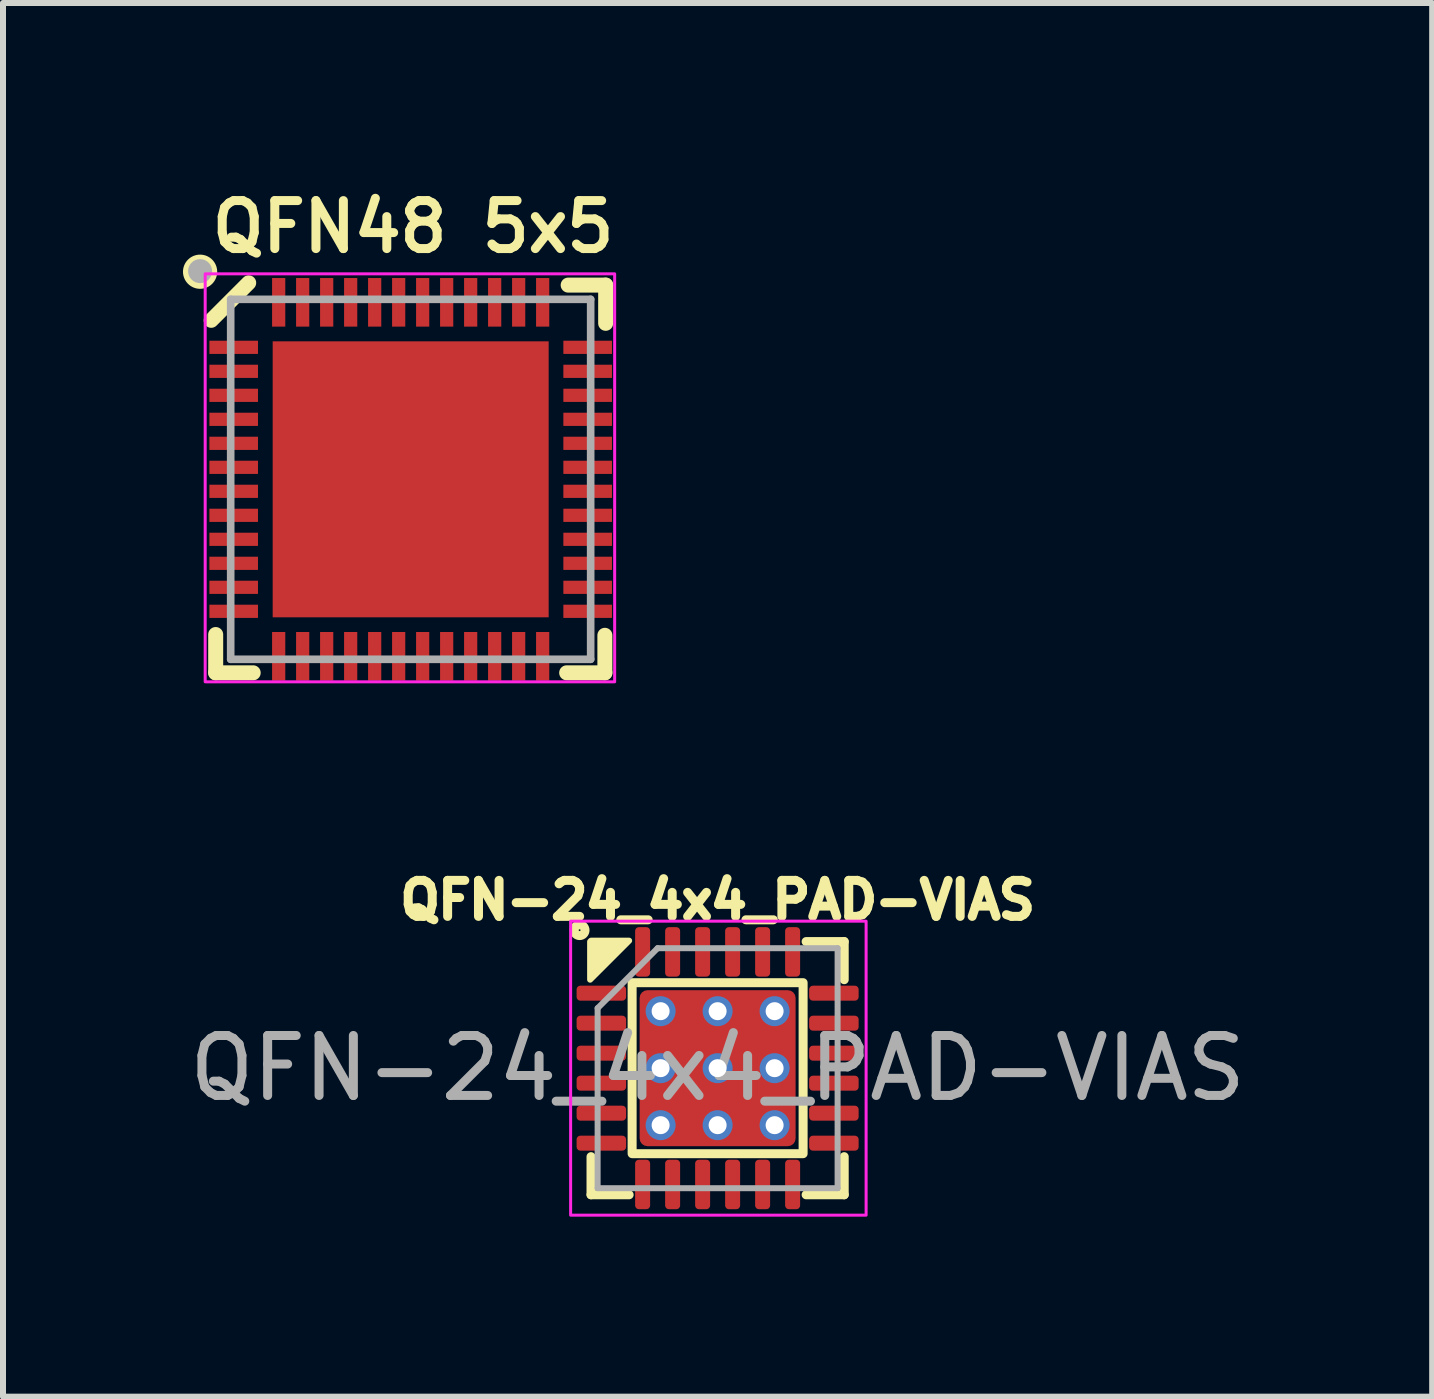
<source format=kicad_pcb>
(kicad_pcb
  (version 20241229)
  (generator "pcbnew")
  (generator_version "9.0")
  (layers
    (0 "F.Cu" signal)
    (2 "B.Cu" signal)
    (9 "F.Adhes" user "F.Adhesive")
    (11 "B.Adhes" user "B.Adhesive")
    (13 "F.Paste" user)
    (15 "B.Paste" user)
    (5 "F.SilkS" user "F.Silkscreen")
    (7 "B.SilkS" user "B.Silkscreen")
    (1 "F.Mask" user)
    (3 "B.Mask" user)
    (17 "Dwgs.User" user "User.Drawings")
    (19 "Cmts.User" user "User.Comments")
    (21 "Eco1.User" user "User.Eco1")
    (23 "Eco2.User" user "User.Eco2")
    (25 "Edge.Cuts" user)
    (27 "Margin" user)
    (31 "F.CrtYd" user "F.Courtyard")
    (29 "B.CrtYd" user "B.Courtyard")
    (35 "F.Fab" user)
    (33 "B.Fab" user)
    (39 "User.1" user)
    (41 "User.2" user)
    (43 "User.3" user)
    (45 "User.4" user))
  (footprint "QFN-24_4x4_PAD-VIAS"
    (layer "F.Cu")
    (at 8.911 14.754)
    (property "Reference" "QFN-24_4x4_PAD-VIAS" (at 0 -2.8 0) (layer "F.SilkS") (effects (font (size 0.6 0.6) (thickness 0.15) (bold yes))))
    (attr smd)
    (fp_line (start -2.11 2.11) (end -2.11 1.475) (stroke (width 0.15) (type solid)) (layer "F.SilkS"))
    (fp_line (start -1.475 2.11) (end -2.11 2.11) (stroke (width 0.15) (type solid)) (layer "F.SilkS"))
    (fp_line (start 1.475 -2.11) (end 2.11 -2.11) (stroke (width 0.15) (type solid)) (layer "F.SilkS"))
    (fp_line (start 1.475 2.11) (end 2.11 2.11) (stroke (width 0.15) (type solid)) (layer "F.SilkS"))
    (fp_line (start 2.11 -2.11) (end 2.11 -1.475) (stroke (width 0.15) (type solid)) (layer "F.SilkS"))
    (fp_line (start 2.11 2.11) (end 2.11 1.475) (stroke (width 0.15) (type solid)) (layer "F.SilkS"))
    (fp_rect (start -1.425 -1.425) (end 1.425 1.425) (stroke (width 0.15) (type solid)) (fill no) (layer "F.SilkS"))
    (fp_circle (center -2.3 -2.3) (end -2.21 -2.3) (stroke (width 0.15) (type default)) (fill no) (layer "F.SilkS"))
    (fp_poly (pts (xy -2.125 -1.475) (xy -2.125 -2.11) (xy -2.11 -2.125) (xy -1.475 -2.125)) (stroke (width 0.1) (type solid)) (fill yes) (layer "F.SilkS"))
    (fp_rect (start -2.45 -2.45) (end 2.475 2.45) (stroke (width 0.05) (type default)) (fill no) (layer "F.CrtYd"))
    (fp_line (start -2 -1) (end -1 -2) (stroke (width 0.1) (type solid)) (layer "F.Fab"))
    (fp_line (start -2 2) (end -2 -1) (stroke (width 0.1) (type solid)) (layer "F.Fab"))
    (fp_line (start -1 -2) (end 2 -2) (stroke (width 0.1) (type solid)) (layer "F.Fab"))
    (fp_line (start 2 -2) (end 2 2) (stroke (width 0.1) (type solid)) (layer "F.Fab"))
    (fp_line (start 2 2) (end -2 2) (stroke (width 0.1) (type solid)) (layer "F.Fab"))
    (fp_text user "${REFERENCE}" (at 0 0 0) (layer "F.Fab") (effects (font (size 1 1) (thickness 0.15))))
    (pad "" smd roundrect (at -0.65 -0.65) (size 1.13 1.13) (layers "F.Paste") (roundrect_rratio 0.221))
    (pad "" smd roundrect (at -0.65 0.65) (size 1.13 1.13) (layers "F.Paste") (roundrect_rratio 0.221))
    (pad "" smd roundrect (at 0.65 -0.65) (size 1.13 1.13) (layers "F.Paste") (roundrect_rratio 0.221))
    (pad "" smd roundrect (at 0.65 0.65) (size 1.13 1.13) (layers "F.Paste") (roundrect_rratio 0.221))
    (pad "1" smd roundrect (at -1.938 -1.25) (size 0.825 0.25) (layers "F.Cu" "F.Mask" "F.Paste") (roundrect_rratio 0.25))
    (pad "2" smd roundrect (at -1.938 -0.75) (size 0.825 0.25) (layers "F.Cu" "F.Mask" "F.Paste") (roundrect_rratio 0.25))
    (pad "3" smd roundrect (at -1.938 -0.25) (size 0.825 0.25) (layers "F.Cu" "F.Mask" "F.Paste") (roundrect_rratio 0.25))
    (pad "4" smd roundrect (at -1.938 0.25) (size 0.825 0.25) (layers "F.Cu" "F.Mask" "F.Paste") (roundrect_rratio 0.25))
    (pad "5" smd roundrect (at -1.938 0.75) (size 0.825 0.25) (layers "F.Cu" "F.Mask" "F.Paste") (roundrect_rratio 0.25))
    (pad "6" smd roundrect (at -1.938 1.25) (size 0.825 0.25) (layers "F.Cu" "F.Mask" "F.Paste") (roundrect_rratio 0.25))
    (pad "7" smd roundrect (at -1.25 1.938) (size 0.25 0.825) (layers "F.Cu" "F.Mask" "F.Paste") (roundrect_rratio 0.25))
    (pad "8" smd roundrect (at -0.75 1.938) (size 0.25 0.825) (layers "F.Cu" "F.Mask" "F.Paste") (roundrect_rratio 0.25))
    (pad "9" smd roundrect (at -0.25 1.938) (size 0.25 0.825) (layers "F.Cu" "F.Mask" "F.Paste") (roundrect_rratio 0.25))
    (pad "10" smd roundrect (at 0.25 1.938) (size 0.25 0.825) (layers "F.Cu" "F.Mask" "F.Paste") (roundrect_rratio 0.25))
    (pad "11" smd roundrect (at 0.75 1.938) (size 0.25 0.825) (layers "F.Cu" "F.Mask" "F.Paste") (roundrect_rratio 0.25))
    (pad "12" smd roundrect (at 1.25 1.938) (size 0.25 0.825) (layers "F.Cu" "F.Mask" "F.Paste") (roundrect_rratio 0.25))
    (pad "13" smd roundrect (at 1.938 1.25) (size 0.825 0.25) (layers "F.Cu" "F.Mask" "F.Paste") (roundrect_rratio 0.25))
    (pad "14" smd roundrect (at 1.938 0.75) (size 0.825 0.25) (layers "F.Cu" "F.Mask" "F.Paste") (roundrect_rratio 0.25))
    (pad "15" smd roundrect (at 1.938 0.25) (size 0.825 0.25) (layers "F.Cu" "F.Mask" "F.Paste") (roundrect_rratio 0.25))
    (pad "16" smd roundrect (at 1.938 -0.25) (size 0.825 0.25) (layers "F.Cu" "F.Mask" "F.Paste") (roundrect_rratio 0.25))
    (pad "17" smd roundrect (at 1.938 -0.75) (size 0.825 0.25) (layers "F.Cu" "F.Mask" "F.Paste") (roundrect_rratio 0.25))
    (pad "18" smd roundrect (at 1.938 -1.25) (size 0.825 0.25) (layers "F.Cu" "F.Mask" "F.Paste") (roundrect_rratio 0.25))
    (pad "19" smd roundrect (at 1.25 -1.938) (size 0.25 0.825) (layers "F.Cu" "F.Mask" "F.Paste") (roundrect_rratio 0.25))
    (pad "20" smd roundrect (at 0.75 -1.938) (size 0.25 0.825) (layers "F.Cu" "F.Mask" "F.Paste") (roundrect_rratio 0.25))
    (pad "21" smd roundrect (at 0.25 -1.938) (size 0.25 0.825) (layers "F.Cu" "F.Mask" "F.Paste") (roundrect_rratio 0.25))
    (pad "22" smd roundrect (at -0.25 -1.938) (size 0.25 0.825) (layers "F.Cu" "F.Mask" "F.Paste") (roundrect_rratio 0.25))
    (pad "23" smd roundrect (at -0.75 -1.938) (size 0.25 0.825) (layers "F.Cu" "F.Mask" "F.Paste") (roundrect_rratio 0.25))
    (pad "24" smd roundrect (at -1.25 -1.938) (size 0.25 0.825) (layers "F.Cu" "F.Mask" "F.Paste") (roundrect_rratio 0.25))
    (pad "25" thru_hole circle (at -0.95 -0.95) (size 0.5 0.5) (drill 0.3) (layers "*.Cu"))
    (pad "25" thru_hole circle (at -0.95 0) (size 0.5 0.5) (drill 0.3) (layers "*.Cu"))
    (pad "25" thru_hole circle (at -0.95 0.95) (size 0.5 0.5) (drill 0.3) (layers "*.Cu"))
    (pad "25" thru_hole circle (at 0 -0.95) (size 0.5 0.5) (drill 0.3) (layers "*.Cu"))
    (pad "25" thru_hole circle (at 0 0) (size 0.5 0.5) (drill 0.3) (layers "*.Cu"))
    (pad "25" smd roundrect (at 0 0) (size 2.6 2.6) (layers "F.Cu" "F.Mask") (roundrect_rratio 0.05))
    (pad "25" thru_hole circle (at 0 0.95) (size 0.5 0.5) (drill 0.3) (layers "*.Cu"))
    (pad "25" thru_hole circle (at 0.95 -0.95) (size 0.5 0.5) (drill 0.3) (layers "*.Cu"))
    (pad "25" thru_hole circle (at 0.95 0) (size 0.5 0.5) (drill 0.3) (layers "*.Cu"))
    (pad "25" thru_hole circle (at 0.95 0.95) (size 0.5 0.5) (drill 0.3) (layers "*.Cu")))
  (footprint "QFN48 5x5"
    (layer "F.Cu")
    (at 3.795 4.939)
    (property "Reference" "QFN48 5x5" (at 0.04 -4.208 0) (layer "F.SilkS") (effects (font (size 0.8 0.8) (thickness 0.15))))
    (attr smd)
    (fp_line (start -3.25 2.587) (end -3.25 3.225) (stroke (width 0.25) (type solid)) (layer "F.SilkS"))
    (fp_line (start -3.25 3.225) (end -2.625 3.225) (stroke (width 0.25) (type solid)) (layer "F.SilkS"))
    (fp_line (start -2.7 -3.275) (end -3.325 -2.65) (stroke (width 0.25) (type solid)) (layer "F.SilkS"))
    (fp_line (start 2.6 3.225) (end 3.237 3.225) (stroke (width 0.25) (type solid)) (layer "F.SilkS"))
    (fp_line (start 3.237 3.225) (end 3.237 2.6) (stroke (width 0.25) (type solid)) (layer "F.SilkS"))
    (fp_line (start 3.25 -3.237) (end 2.625 -3.237) (stroke (width 0.25) (type solid)) (layer "F.SilkS"))
    (fp_line (start 3.25 -2.6) (end 3.25 -3.237) (stroke (width 0.25) (type solid)) (layer "F.SilkS"))
    (fp_circle (center -3.51 -3.46) (end -3.325 -3.46) (stroke (width 0.2) (type solid)) (fill yes) (layer "F.SilkS"))
    (fp_poly (pts (xy -1.965 -1.965) (xy -0.335 -1.965) (xy -0.335 -0.335) (xy -1.965 -0.335)) (stroke (width 0.01) (type solid)) (fill yes) (layer "F.Paste"))
    (fp_poly (pts (xy -1.965 0.335) (xy -0.335 0.335) (xy -0.335 1.965) (xy -1.965 1.965)) (stroke (width 0.01) (type solid)) (fill yes) (layer "F.Paste"))
    (fp_poly (pts (xy 0.335 -1.965) (xy 1.965 -1.965) (xy 1.965 -0.335) (xy 0.335 -0.335)) (stroke (width 0.01) (type solid)) (fill yes) (layer "F.Paste"))
    (fp_poly (pts (xy 0.335 0.335) (xy 1.965 0.335) (xy 1.965 1.965) (xy 0.335 1.965)) (stroke (width 0.01) (type solid)) (fill yes) (layer "F.Paste"))
    (fp_rect (start -3.425 -3.425) (end 3.4 3.375) (stroke (width 0.05) (type solid)) (fill no) (layer "F.CrtYd"))
    (fp_line (start -3 -3) (end -3 3) (stroke (width 0.127) (type solid)) (layer "F.Fab"))
    (fp_line (start -3 3) (end 3 3) (stroke (width 0.127) (type solid)) (layer "F.Fab"))
    (fp_line (start 3 -3) (end -3 -3) (stroke (width 0.127) (type solid)) (layer "F.Fab"))
    (fp_line (start 3 3) (end 3 -3) (stroke (width 0.127) (type solid)) (layer "F.Fab"))
    (fp_circle (center -3.51 -3.47) (end -3.41 -3.47) (stroke (width 0.2) (type solid)) (fill no) (layer "F.Fab"))
    (pad "1" smd rect (at -2.95 -2.2) (size 0.81 0.22) (layers "F.Cu" "F.Mask" "F.Paste"))
    (pad "2" smd rect (at -2.95 -1.8) (size 0.81 0.22) (layers "F.Cu" "F.Mask" "F.Paste"))
    (pad "3" smd rect (at -2.95 -1.4) (size 0.81 0.22) (layers "F.Cu" "F.Mask" "F.Paste"))
    (pad "4" smd rect (at -2.95 -1) (size 0.81 0.22) (layers "F.Cu" "F.Mask" "F.Paste"))
    (pad "5" smd rect (at -2.95 -0.6) (size 0.81 0.22) (layers "F.Cu" "F.Mask" "F.Paste"))
    (pad "6" smd rect (at -2.95 -0.2) (size 0.81 0.22) (layers "F.Cu" "F.Mask" "F.Paste"))
    (pad "7" smd rect (at -2.95 0.2) (size 0.81 0.22) (layers "F.Cu" "F.Mask" "F.Paste"))
    (pad "8" smd rect (at -2.95 0.6) (size 0.81 0.22) (layers "F.Cu" "F.Mask" "F.Paste"))
    (pad "9" smd rect (at -2.95 1) (size 0.81 0.22) (layers "F.Cu" "F.Mask" "F.Paste"))
    (pad "10" smd rect (at -2.95 1.4) (size 0.81 0.22) (layers "F.Cu" "F.Mask" "F.Paste"))
    (pad "11" smd rect (at -2.95 1.8) (size 0.81 0.22) (layers "F.Cu" "F.Mask" "F.Paste"))
    (pad "12" smd rect (at -2.95 2.2) (size 0.81 0.22) (layers "F.Cu" "F.Mask" "F.Paste"))
    (pad "13" smd rect (at -2.2 2.95) (size 0.22 0.81) (layers "F.Cu" "F.Mask" "F.Paste"))
    (pad "14" smd rect (at -1.8 2.95) (size 0.22 0.81) (layers "F.Cu" "F.Mask" "F.Paste"))
    (pad "15" smd rect (at -1.4 2.95) (size 0.22 0.81) (layers "F.Cu" "F.Mask" "F.Paste"))
    (pad "16" smd rect (at -1 2.95) (size 0.22 0.81) (layers "F.Cu" "F.Mask" "F.Paste"))
    (pad "17" smd rect (at -0.6 2.95) (size 0.22 0.81) (layers "F.Cu" "F.Mask" "F.Paste"))
    (pad "18" smd rect (at -0.2 2.95) (size 0.22 0.81) (layers "F.Cu" "F.Mask" "F.Paste"))
    (pad "19" smd rect (at 0.2 2.95) (size 0.22 0.81) (layers "F.Cu" "F.Mask" "F.Paste"))
    (pad "20" smd rect (at 0.6 2.95) (size 0.22 0.81) (layers "F.Cu" "F.Mask" "F.Paste"))
    (pad "21" smd rect (at 1 2.95) (size 0.22 0.81) (layers "F.Cu" "F.Mask" "F.Paste"))
    (pad "22" smd rect (at 1.4 2.95) (size 0.22 0.81) (layers "F.Cu" "F.Mask" "F.Paste"))
    (pad "23" smd rect (at 1.8 2.95) (size 0.22 0.81) (layers "F.Cu" "F.Mask" "F.Paste"))
    (pad "24" smd rect (at 2.2 2.95) (size 0.22 0.81) (layers "F.Cu" "F.Mask" "F.Paste"))
    (pad "25" smd rect (at 2.95 2.2) (size 0.81 0.22) (layers "F.Cu" "F.Mask" "F.Paste"))
    (pad "26" smd rect (at 2.95 1.8) (size 0.81 0.22) (layers "F.Cu" "F.Mask" "F.Paste"))
    (pad "27" smd rect (at 2.95 1.4) (size 0.81 0.22) (layers "F.Cu" "F.Mask" "F.Paste"))
    (pad "28" smd rect (at 2.95 1) (size 0.81 0.22) (layers "F.Cu" "F.Mask" "F.Paste"))
    (pad "29" smd rect (at 2.95 0.6) (size 0.81 0.22) (layers "F.Cu" "F.Mask" "F.Paste"))
    (pad "30" smd rect (at 2.95 0.2) (size 0.81 0.22) (layers "F.Cu" "F.Mask" "F.Paste"))
    (pad "31" smd rect (at 2.95 -0.2) (size 0.81 0.22) (layers "F.Cu" "F.Mask" "F.Paste"))
    (pad "32" smd rect (at 2.95 -0.6) (size 0.81 0.22) (layers "F.Cu" "F.Mask" "F.Paste"))
    (pad "33" smd rect (at 2.95 -1) (size 0.81 0.22) (layers "F.Cu" "F.Mask" "F.Paste"))
    (pad "34" smd rect (at 2.95 -1.4) (size 0.81 0.22) (layers "F.Cu" "F.Mask" "F.Paste"))
    (pad "35" smd rect (at 2.95 -1.8) (size 0.81 0.22) (layers "F.Cu" "F.Mask" "F.Paste"))
    (pad "36" smd rect (at 2.95 -2.2) (size 0.81 0.22) (layers "F.Cu" "F.Mask" "F.Paste"))
    (pad "37" smd rect (at 2.2 -2.95) (size 0.22 0.81) (layers "F.Cu" "F.Mask" "F.Paste"))
    (pad "38" smd rect (at 1.8 -2.95) (size 0.22 0.81) (layers "F.Cu" "F.Mask" "F.Paste"))
    (pad "39" smd rect (at 1.4 -2.95) (size 0.22 0.81) (layers "F.Cu" "F.Mask" "F.Paste"))
    (pad "40" smd rect (at 1 -2.95) (size 0.22 0.81) (layers "F.Cu" "F.Mask" "F.Paste"))
    (pad "41" smd rect (at 0.6 -2.95) (size 0.22 0.81) (layers "F.Cu" "F.Mask" "F.Paste"))
    (pad "42" smd rect (at 0.2 -2.95) (size 0.22 0.81) (layers "F.Cu" "F.Mask" "F.Paste"))
    (pad "43" smd rect (at -0.2 -2.95) (size 0.22 0.81) (layers "F.Cu" "F.Mask" "F.Paste"))
    (pad "44" smd rect (at -0.6 -2.95) (size 0.22 0.81) (layers "F.Cu" "F.Mask" "F.Paste"))
    (pad "45" smd rect (at -1 -2.95) (size 0.22 0.81) (layers "F.Cu" "F.Mask" "F.Paste"))
    (pad "46" smd rect (at -1.4 -2.95) (size 0.22 0.81) (layers "F.Cu" "F.Mask" "F.Paste"))
    (pad "47" smd rect (at -1.8 -2.95) (size 0.22 0.81) (layers "F.Cu" "F.Mask" "F.Paste"))
    (pad "48" smd rect (at -2.2 -2.95) (size 0.22 0.81) (layers "F.Cu" "F.Mask" "F.Paste"))
    (pad "49" smd rect (at 0 0) (size 4.6 4.6) (layers "F.Cu" "F.Mask")))
  (gr_rect
    (start -3 -3)
    (end 20.821 20.229)
    (stroke (width 0.1) (type default))
    (fill no)
    (layer "Edge.Cuts")))
</source>
